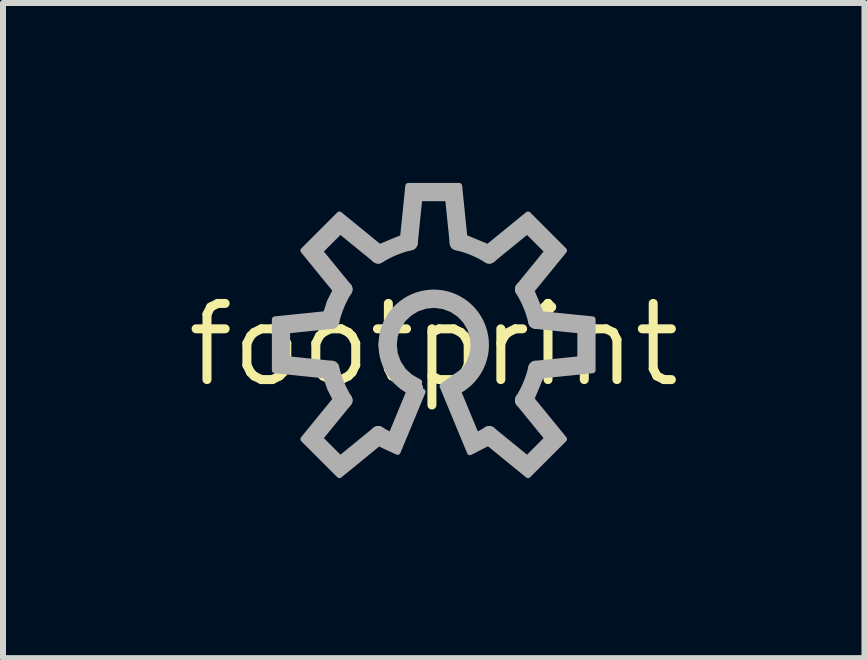
<source format=kicad_pcb>
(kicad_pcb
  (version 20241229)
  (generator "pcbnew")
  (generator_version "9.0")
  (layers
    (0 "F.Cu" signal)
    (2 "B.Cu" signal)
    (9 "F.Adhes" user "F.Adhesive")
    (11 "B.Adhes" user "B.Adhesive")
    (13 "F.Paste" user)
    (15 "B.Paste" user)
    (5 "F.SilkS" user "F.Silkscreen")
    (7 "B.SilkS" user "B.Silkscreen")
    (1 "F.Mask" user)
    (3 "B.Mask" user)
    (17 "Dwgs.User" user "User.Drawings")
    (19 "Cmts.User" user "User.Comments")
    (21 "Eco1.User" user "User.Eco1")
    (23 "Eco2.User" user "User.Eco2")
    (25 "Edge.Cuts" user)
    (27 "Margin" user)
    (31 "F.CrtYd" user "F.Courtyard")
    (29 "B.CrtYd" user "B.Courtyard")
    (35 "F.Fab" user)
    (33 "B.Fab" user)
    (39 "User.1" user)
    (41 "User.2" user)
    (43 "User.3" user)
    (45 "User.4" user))
  (footprint "footprint"
    (layer "F.Cu")
    (at 4.18 2.698)
    (property "Reference" "footprint" (at 0 0 0) (layer "F.SilkS") (effects (font (size 1.27 1.27) (thickness 0.15))))
    (fp_line (start -2.521 -0.309) (end -2.521 0.309) (stroke (width 0.254) (type solid)) (layer "F.Fab"))
    (fp_line (start -2.521 0.309) (end -1.702 0.393) (stroke (width 0.254) (type solid)) (layer "F.Fab"))
    (fp_line (start -2.002 -1.564) (end -1.481 -0.925) (stroke (width 0.254) (type solid)) (layer "F.Fab"))
    (fp_line (start -2.002 1.564) (end -1.564 2.002) (stroke (width 0.254) (type solid)) (layer "F.Fab"))
    (fp_line (start -1.702 -0.393) (end -2.521 -0.309) (stroke (width 0.254) (type solid)) (layer "F.Fab"))
    (fp_line (start -1.564 -2.002) (end -2.002 -1.564) (stroke (width 0.254) (type solid)) (layer "F.Fab"))
    (fp_line (start -1.564 2.002) (end -0.925 1.481) (stroke (width 0.254) (type solid)) (layer "F.Fab"))
    (fp_line (start -1.481 0.925) (end -2.002 1.564) (stroke (width 0.254) (type solid)) (layer "F.Fab"))
    (fp_line (start -0.925 -1.481) (end -1.564 -2.002) (stroke (width 0.254) (type solid)) (layer "F.Fab"))
    (fp_line (start -0.668 1.613) (end -0.304 0.733) (stroke (width 0.254) (type solid)) (layer "F.Fab"))
    (fp_line (start -0.309 -2.521) (end -0.393 -1.702) (stroke (width 0.254) (type solid)) (layer "F.Fab"))
    (fp_line (start 0.304 0.733) (end 0.668 1.613) (stroke (width 0.254) (type solid)) (layer "F.Fab"))
    (fp_line (start 0.309 -2.521) (end -0.309 -2.521) (stroke (width 0.254) (type solid)) (layer "F.Fab"))
    (fp_line (start 0.393 -1.702) (end 0.309 -2.521) (stroke (width 0.254) (type solid)) (layer "F.Fab"))
    (fp_line (start 0.925 1.481) (end 1.564 2.002) (stroke (width 0.254) (type solid)) (layer "F.Fab"))
    (fp_line (start 1.481 -0.925) (end 2.002 -1.564) (stroke (width 0.254) (type solid)) (layer "F.Fab"))
    (fp_line (start 1.564 -2.002) (end 0.925 -1.481) (stroke (width 0.254) (type solid)) (layer "F.Fab"))
    (fp_line (start 1.564 2.002) (end 2.002 1.564) (stroke (width 0.254) (type solid)) (layer "F.Fab"))
    (fp_line (start 1.702 0.393) (end 2.521 0.309) (stroke (width 0.254) (type solid)) (layer "F.Fab"))
    (fp_line (start 2.002 -1.564) (end 1.564 -2.002) (stroke (width 0.254) (type solid)) (layer "F.Fab"))
    (fp_line (start 2.002 1.564) (end 1.481 0.925) (stroke (width 0.254) (type solid)) (layer "F.Fab"))
    (fp_line (start 2.521 -0.309) (end 1.702 -0.393) (stroke (width 0.254) (type solid)) (layer "F.Fab"))
    (fp_line (start 2.521 0.309) (end 2.521 -0.309) (stroke (width 0.254) (type solid)) (layer "F.Fab"))
    (fp_arc (start -1.7015 -0.3928) (mid -1.61333 -0.668266) (end -1.4809 -0.9254) (stroke (width 0.254) (type solid)) (layer "F.Fab"))
    (fp_arc (start -1.4809 0.9254) (mid -1.61333 0.668266) (end -1.7015 0.3928) (stroke (width 0.254) (type solid)) (layer "F.Fab"))
    (fp_arc (start -0.9254 -1.4809) (mid -0.668266 -1.61333) (end -0.3928 -1.7015) (stroke (width 0.254) (type solid)) (layer "F.Fab"))
    (fp_arc (start -0.7938 0) (mid 0.440947 -0.659884) (end 0.303801 0.733399) (stroke (width 0.254) (type solid)) (layer "F.Fab"))
    (fp_arc (start -0.6683 1.6134) (mid -0.799598 1.552482) (end -0.9254 1.4809) (stroke (width 0.254) (type solid)) (layer "F.Fab"))
    (fp_arc (start -0.3038 0.7334) (mid -0.660055 0.441031) (end -0.7938 -0.000002) (stroke (width 0.254) (type solid)) (layer "F.Fab"))
    (fp_arc (start 0.3928 -1.7015) (mid 0.668266 -1.61333) (end 0.9254 -1.4809) (stroke (width 0.254) (type solid)) (layer "F.Fab"))
    (fp_arc (start 0.9254 1.4809) (mid 0.799598 1.552482) (end 0.6683 1.6134) (stroke (width 0.254) (type solid)) (layer "F.Fab"))
    (fp_arc (start 1.4809 -0.9254) (mid 1.61333 -0.668266) (end 1.7015 -0.3928) (stroke (width 0.254) (type solid)) (layer "F.Fab"))
    (fp_arc (start 1.7015 0.3928) (mid 1.61333 0.668266) (end 1.4809 0.9254) (stroke (width 0.254) (type solid)) (layer "F.Fab"))
    (fp_poly (pts (xy 0.511 -1.79) (xy 0.904 -1.627) (xy 1.572 -2.172) (xy 2.172 -1.572) (xy 1.627 -0.904) (xy 1.79 -0.511) (xy 2.648 -0.424) (xy 2.648 0.424) (xy 1.79 0.511) (xy 1.627 0.904) (xy 2.172 1.572) (xy 1.572 2.172) (xy 0.91 1.632) (xy 0.604 1.79) (xy 0.148 0.689) (xy 0.503 0.435) (xy 0.586 0.317) (xy 0.642 0.177) (xy 0.665 0.028) (xy 0.654 -0.123) (xy 0.61 -0.267) (xy 0.534 -0.398) (xy 0.43 -0.508) (xy 0.305 -0.592) (xy 0.163 -0.645) (xy 0.014 -0.666) (xy -0.137 -0.652) (xy -0.28 -0.604) (xy -0.409 -0.525) (xy -0.517 -0.42) (xy -0.598 -0.292) (xy -0.649 -0.15) (xy -0.666 -0.000247) (xy -0.648 0.155) (xy -0.593 0.302) (xy -0.506 0.433) (xy -0.391 0.539) (xy -0.242 0.623) (xy -0.304 0.733) (xy -0.186 0.782) (xy -0.602 1.784) (xy -0.858 1.665) (xy -0.913 1.634) (xy -1.572 2.172) (xy -2.172 1.572) (xy -1.632 0.91) (xy -1.731 0.717) (xy -1.797 0.511) (xy -2.648 0.424) (xy -2.648 -0.424) (xy -1.797 -0.511) (xy -1.731 -0.717) (xy -1.632 -0.91) (xy -2.172 -1.572) (xy -1.572 -2.172) (xy -0.904 -1.627) (xy -0.511 -1.79) (xy -0.424 -2.648) (xy 0.424 -2.648)) (stroke (width 0.1) (type solid)) (fill no) (layer "F.Fab")))
  (gr_rect
    (start -3 -3)
    (end 11.36 7.921)
    (stroke (width 0.1) (type default))
    (fill no)
    (layer "Edge.Cuts")))
</source>
